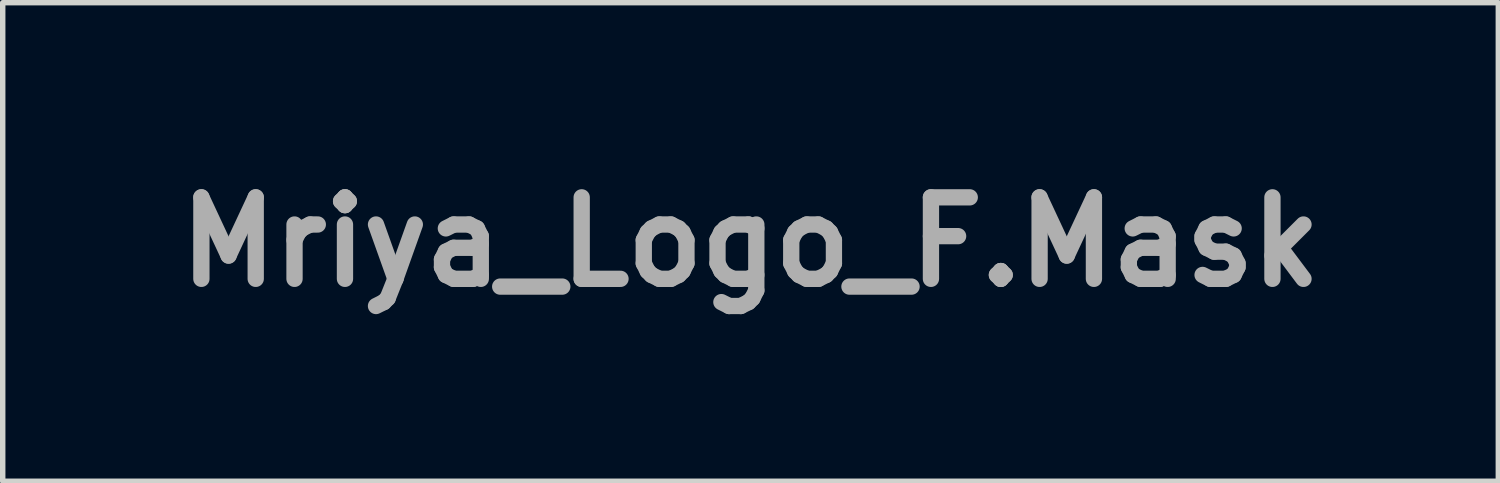
<source format=kicad_pcb>
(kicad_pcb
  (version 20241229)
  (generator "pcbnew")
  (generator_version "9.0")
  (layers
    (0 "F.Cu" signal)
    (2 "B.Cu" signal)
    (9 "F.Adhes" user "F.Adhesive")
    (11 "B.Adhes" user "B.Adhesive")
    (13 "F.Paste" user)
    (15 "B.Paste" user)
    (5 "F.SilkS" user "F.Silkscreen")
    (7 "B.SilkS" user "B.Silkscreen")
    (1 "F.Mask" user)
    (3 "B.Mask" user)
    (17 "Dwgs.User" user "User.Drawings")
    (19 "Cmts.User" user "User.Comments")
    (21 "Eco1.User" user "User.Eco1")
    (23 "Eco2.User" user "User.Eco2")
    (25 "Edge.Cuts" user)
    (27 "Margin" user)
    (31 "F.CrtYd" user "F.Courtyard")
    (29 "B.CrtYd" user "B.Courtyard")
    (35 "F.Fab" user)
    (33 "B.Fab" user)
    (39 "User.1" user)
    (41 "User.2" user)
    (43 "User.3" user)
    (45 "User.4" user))
  (footprint "Mriya_Logo_F.Mask"
    (layer "F.Cu")
    (at 10.764 1.404)
    (property "Reference" "Mriya_Logo_F.Mask" (at 0 0 0) (layer "F.Fab") (effects (font (size 1.5 1.5) (thickness 0.3))))
    (attr board_only exclude_from_pos_files exclude_from_bom)
    (fp_poly (pts (xy 0.599 0) (xy 0.599 0.895) (xy 0.37 0.895) (xy 0.14 0.895) (xy 0.14 0) (xy 0.14 -0.895) (xy 0.37 -0.895) (xy 0.599 -0.895)) (stroke (width 0) (type solid)) (fill yes) (layer "F.Mask"))
    (fp_poly (pts (xy 2.724 -0.846) (xy 2.715 -0.832) (xy 2.699 -0.806) (xy 2.676 -0.769) (xy 2.648 -0.721) (xy 2.613 -0.665) (xy 2.574 -0.6) (xy 2.531 -0.528) (xy 2.484 -0.451) (xy 2.434 -0.368) (xy 2.382 -0.282) (xy 2.339 -0.211) (xy 1.984 0.375) (xy 1.984 0.635) (xy 1.984 0.895) (xy 1.754 0.895) (xy 1.525 0.895) (xy 1.525 0.635) (xy 1.525 0.375) (xy 1.144 -0.256) (xy 1.089 -0.347) (xy 1.037 -0.434) (xy 0.987 -0.516) (xy 0.941 -0.592) (xy 0.899 -0.662) (xy 0.862 -0.724) (xy 0.83 -0.778) (xy 0.803 -0.822) (xy 0.783 -0.857) (xy 0.769 -0.88) (xy 0.763 -0.89) (xy 0.762 -0.891) (xy 0.77 -0.892) (xy 0.791 -0.893) (xy 0.824 -0.893) (xy 0.867 -0.893) (xy 0.918 -0.893) (xy 0.976 -0.893) (xy 1.008 -0.893) (xy 1.254 -0.891) (xy 1.503 -0.469) (xy 1.547 -0.395) (xy 1.588 -0.325) (xy 1.627 -0.261) (xy 1.661 -0.203) (xy 1.692 -0.153) (xy 1.717 -0.112) (xy 1.737 -0.08) (xy 1.751 -0.059) (xy 1.757 -0.05) (xy 1.758 -0.05) (xy 1.762 -0.057) (xy 1.774 -0.077) (xy 1.793 -0.107) (xy 1.817 -0.148) (xy 1.847 -0.197) (xy 1.881 -0.254) (xy 1.918 -0.318) (xy 1.959 -0.386) (xy 2.003 -0.46) (xy 2.011 -0.474) (xy 2.259 -0.895) (xy 2.507 -0.895) (xy 2.754 -0.895)) (stroke (width 0) (type solid)) (fill yes) (layer "F.Mask"))
    (fp_poly (pts (xy 3.53 -0.916) (xy 3.594 -0.908) (xy 3.651 -0.894) (xy 3.651 -0.894) (xy 3.708 -0.867) (xy 3.757 -0.828) (xy 3.798 -0.778) (xy 3.81 -0.757) (xy 3.815 -0.746) (xy 3.825 -0.722) (xy 3.841 -0.686) (xy 3.861 -0.638) (xy 3.886 -0.581) (xy 3.914 -0.515) (xy 3.945 -0.442) (xy 3.979 -0.362) (xy 4.015 -0.277) (xy 4.052 -0.188) (xy 4.091 -0.096) (xy 4.131 -0.002) (xy 4.171 0.093) (xy 4.211 0.188) (xy 4.25 0.281) (xy 4.288 0.372) (xy 4.325 0.458) (xy 4.359 0.54) (xy 4.391 0.616) (xy 4.42 0.685) (xy 4.445 0.746) (xy 4.466 0.797) (xy 4.483 0.838) (xy 4.495 0.867) (xy 4.501 0.882) (xy 4.502 0.885) (xy 4.499 0.888) (xy 4.492 0.89) (xy 4.479 0.892) (xy 4.458 0.893) (xy 4.427 0.893) (xy 4.386 0.894) (xy 4.332 0.893) (xy 4.265 0.893) (xy 4.263 0.893) (xy 4.019 0.891) (xy 3.938 0.687) (xy 3.857 0.482) (xy 3.481 0.482) (xy 3.105 0.482) (xy 3.024 0.687) (xy 2.944 0.891) (xy 2.705 0.893) (xy 2.632 0.893) (xy 2.574 0.893) (xy 2.529 0.893) (xy 2.497 0.891) (xy 2.477 0.89) (xy 2.467 0.887) (xy 2.466 0.886) (xy 2.469 0.878) (xy 2.478 0.856) (xy 2.491 0.823) (xy 2.509 0.778) (xy 2.532 0.723) (xy 2.558 0.66) (xy 2.587 0.589) (xy 2.619 0.511) (xy 2.654 0.428) (xy 2.69 0.341) (xy 2.728 0.25) (xy 2.767 0.157) (xy 2.779 0.128) (xy 3.221 0.128) (xy 3.228 0.129) (xy 3.249 0.13) (xy 3.283 0.131) (xy 3.326 0.131) (xy 3.378 0.132) (xy 3.436 0.132) (xy 3.482 0.132) (xy 3.552 0.132) (xy 3.609 0.132) (xy 3.653 0.132) (xy 3.686 0.131) (xy 3.709 0.13) (xy 3.725 0.129) (xy 3.734 0.127) (xy 3.738 0.124) (xy 3.739 0.121) (xy 3.738 0.116) (xy 3.733 0.103) (xy 3.723 0.078) (xy 3.709 0.043) (xy 3.692 -0.001) (xy 3.672 -0.051) (xy 3.65 -0.105) (xy 3.627 -0.162) (xy 3.603 -0.22) (xy 3.58 -0.276) (xy 3.558 -0.329) (xy 3.539 -0.377) (xy 3.522 -0.417) (xy 3.508 -0.449) (xy 3.499 -0.47) (xy 3.495 -0.478) (xy 3.486 -0.494) (xy 3.471 -0.478) (xy 3.466 -0.469) (xy 3.456 -0.447) (xy 3.442 -0.415) (xy 3.424 -0.373) (xy 3.404 -0.325) (xy 3.381 -0.272) (xy 3.358 -0.215) (xy 3.334 -0.158) (xy 3.31 -0.1) (xy 3.288 -0.046) (xy 3.268 0.005) (xy 3.25 0.049) (xy 3.236 0.085) (xy 3.226 0.112) (xy 3.221 0.126) (xy 3.221 0.128) (xy 2.779 0.128) (xy 2.806 0.063) (xy 2.845 -0.031) (xy 2.884 -0.124) (xy 2.922 -0.214) (xy 2.959 -0.302) (xy 2.993 -0.384) (xy 3.026 -0.461) (xy 3.055 -0.532) (xy 3.082 -0.594) (xy 3.104 -0.648) (xy 3.123 -0.692) (xy 3.137 -0.724) (xy 3.146 -0.745) (xy 3.149 -0.75) (xy 3.172 -0.788) (xy 3.204 -0.825) (xy 3.238 -0.858) (xy 3.272 -0.881) (xy 3.282 -0.886) (xy 3.333 -0.902) (xy 3.394 -0.913) (xy 3.461 -0.917)) (stroke (width 0) (type solid)) (fill yes) (layer "F.Mask"))
    (fp_poly (pts (xy -1.302 -0.894) (xy -1.217 -0.893) (xy -1.118 -0.893) (xy -1.046 -0.893) (xy -0.935 -0.892) (xy -0.838 -0.892) (xy -0.754 -0.891) (xy -0.683 -0.89) (xy -0.622 -0.89) (xy -0.571 -0.888) (xy -0.529 -0.887) (xy -0.494 -0.885) (xy -0.466 -0.882) (xy -0.442 -0.879) (xy -0.423 -0.875) (xy -0.406 -0.871) (xy -0.391 -0.865) (xy -0.376 -0.859) (xy -0.361 -0.852) (xy -0.347 -0.845) (xy -0.296 -0.814) (xy -0.253 -0.776) (xy -0.219 -0.731) (xy -0.186 -0.67) (xy -0.16 -0.596) (xy -0.141 -0.51) (xy -0.129 -0.414) (xy -0.125 -0.31) (xy -0.125 -0.307) (xy -0.129 -0.188) (xy -0.141 -0.082) (xy -0.162 0.011) (xy -0.192 0.091) (xy -0.229 0.159) (xy -0.267 0.205) (xy -0.312 0.245) (xy -0.363 0.274) (xy -0.42 0.295) (xy -0.487 0.307) (xy -0.565 0.311) (xy -0.574 0.311) (xy -0.609 0.312) (xy -0.637 0.313) (xy -0.655 0.315) (xy -0.661 0.317) (xy -0.656 0.323) (xy -0.641 0.34) (xy -0.616 0.365) (xy -0.584 0.398) (xy -0.545 0.438) (xy -0.5 0.484) (xy -0.45 0.534) (xy -0.396 0.588) (xy -0.375 0.609) (xy -0.09 0.895) (xy -0.374 0.895) (xy -0.659 0.895) (xy -0.861 0.663) (xy -0.908 0.609) (xy -0.954 0.556) (xy -0.998 0.506) (xy -1.038 0.461) (xy -1.073 0.422) (xy -1.1 0.391) (xy -1.12 0.37) (xy -1.12 0.369) (xy -1.147 0.338) (xy -1.173 0.306) (xy -1.193 0.278) (xy -1.202 0.264) (xy -1.214 0.24) (xy -1.221 0.22) (xy -1.224 0.196) (xy -1.225 0.164) (xy -1.225 0.156) (xy -1.223 0.107) (xy -1.215 0.071) (xy -1.201 0.043) (xy -1.177 0.022) (xy -1.148 0.004) (xy -1.133 -0.003) (xy -1.12 -0.009) (xy -1.105 -0.013) (xy -1.088 -0.016) (xy -1.064 -0.018) (xy -1.033 -0.02) (xy -0.991 -0.022) (xy -0.937 -0.023) (xy -0.927 -0.024) (xy -0.86 -0.026) (xy -0.806 -0.029) (xy -0.764 -0.032) (xy -0.731 -0.037) (xy -0.706 -0.044) (xy -0.686 -0.053) (xy -0.67 -0.064) (xy -0.656 -0.076) (xy -0.635 -0.104) (xy -0.619 -0.14) (xy -0.609 -0.186) (xy -0.604 -0.245) (xy -0.603 -0.28) (xy -0.605 -0.341) (xy -0.61 -0.389) (xy -0.619 -0.427) (xy -0.633 -0.457) (xy -0.652 -0.482) (xy -0.665 -0.495) (xy -0.677 -0.505) (xy -0.691 -0.513) (xy -0.708 -0.519) (xy -0.73 -0.524) (xy -0.758 -0.528) (xy -0.795 -0.53) (xy -0.84 -0.532) (xy -0.897 -0.533) (xy -0.967 -0.533) (xy -1.032 -0.533) (xy -1.106 -0.533) (xy -1.166 -0.533) (xy -1.213 -0.532) (xy -1.25 -0.532) (xy -1.277 -0.531) (xy -1.297 -0.529) (xy -1.311 -0.527) (xy -1.321 -0.525) (xy -1.329 -0.521) (xy -1.335 -0.517) (xy -1.336 -0.517) (xy -1.354 -0.497) (xy -1.367 -0.474) (xy -1.367 -0.474) (xy -1.369 -0.465) (xy -1.37 -0.447) (xy -1.371 -0.42) (xy -1.373 -0.383) (xy -1.374 -0.336) (xy -1.374 -0.277) (xy -1.375 -0.207) (xy -1.376 -0.124) (xy -1.376 -0.027) (xy -1.376 0.084) (xy -1.377 0.209) (xy -1.377 0.224) (xy -1.377 0.895) (xy -1.607 0.895) (xy -1.836 0.895) (xy -1.834 0.091) (xy -1.834 -0.042) (xy -1.834 -0.16) (xy -1.833 -0.265) (xy -1.833 -0.357) (xy -1.832 -0.438) (xy -1.832 -0.507) (xy -1.831 -0.566) (xy -1.829 -0.616) (xy -1.827 -0.657) (xy -1.825 -0.692) (xy -1.822 -0.72) (xy -1.819 -0.742) (xy -1.814 -0.76) (xy -1.809 -0.774) (xy -1.803 -0.785) (xy -1.797 -0.795) (xy -1.789 -0.803) (xy -1.78 -0.812) (xy -1.77 -0.821) (xy -1.765 -0.826) (xy -1.739 -0.849) (xy -1.712 -0.865) (xy -1.677 -0.878) (xy -1.675 -0.879) (xy -1.664 -0.882) (xy -1.654 -0.885) (xy -1.643 -0.887) (xy -1.629 -0.889) (xy -1.612 -0.89) (xy -1.59 -0.892) (xy -1.563 -0.893) (xy -1.529 -0.893) (xy -1.487 -0.894) (xy -1.436 -0.894) (xy -1.375 -0.894)) (stroke (width 0) (type solid)) (fill yes) (layer "F.Mask"))
    (fp_poly (pts (xy -4.087 -0.908) (xy -4.034 -0.902) (xy -4.015 -0.898) (xy -3.947 -0.875) (xy -3.885 -0.839) (xy -3.831 -0.793) (xy -3.787 -0.738) (xy -3.765 -0.699) (xy -3.759 -0.683) (xy -3.748 -0.655) (xy -3.732 -0.614) (xy -3.713 -0.562) (xy -3.69 -0.501) (xy -3.665 -0.432) (xy -3.637 -0.356) (xy -3.607 -0.275) (xy -3.575 -0.189) (xy -3.548 -0.115) (xy -3.516 -0.028) (xy -3.486 0.056) (xy -3.457 0.134) (xy -3.43 0.206) (xy -3.407 0.27) (xy -3.386 0.326) (xy -3.369 0.371) (xy -3.356 0.405) (xy -3.347 0.427) (xy -3.344 0.435) (xy -3.327 0.452) (xy -3.31 0.454) (xy -3.297 0.445) (xy -3.292 0.436) (xy -3.282 0.413) (xy -3.268 0.378) (xy -3.25 0.332) (xy -3.229 0.275) (xy -3.204 0.21) (xy -3.177 0.137) (xy -3.147 0.058) (xy -3.116 -0.027) (xy -3.083 -0.116) (xy -3.08 -0.124) (xy -3.047 -0.214) (xy -3.016 -0.301) (xy -2.985 -0.382) (xy -2.957 -0.458) (xy -2.932 -0.526) (xy -2.909 -0.586) (xy -2.89 -0.637) (xy -2.874 -0.676) (xy -2.863 -0.704) (xy -2.857 -0.718) (xy -2.857 -0.718) (xy -2.816 -0.779) (xy -2.767 -0.828) (xy -2.709 -0.865) (xy -2.641 -0.891) (xy -2.562 -0.905) (xy -2.524 -0.908) (xy -2.437 -0.907) (xy -2.358 -0.896) (xy -2.29 -0.875) (xy -2.261 -0.862) (xy -2.222 -0.837) (xy -2.193 -0.808) (xy -2.168 -0.771) (xy -2.156 -0.747) (xy -2.135 -0.704) (xy -2.135 0.097) (xy -2.135 0.899) (xy -2.361 0.901) (xy -2.418 0.901) (xy -2.471 0.901) (xy -2.517 0.9) (xy -2.553 0.899) (xy -2.579 0.898) (xy -2.591 0.896) (xy -2.592 0.896) (xy -2.593 0.887) (xy -2.594 0.864) (xy -2.594 0.828) (xy -2.594 0.78) (xy -2.594 0.721) (xy -2.594 0.652) (xy -2.594 0.575) (xy -2.593 0.49) (xy -2.592 0.4) (xy -2.591 0.304) (xy -2.59 0.263) (xy -2.589 0.146) (xy -2.587 0.044) (xy -2.586 -0.044) (xy -2.586 -0.12) (xy -2.585 -0.184) (xy -2.585 -0.238) (xy -2.586 -0.281) (xy -2.586 -0.316) (xy -2.588 -0.343) (xy -2.589 -0.364) (xy -2.592 -0.378) (xy -2.594 -0.388) (xy -2.598 -0.393) (xy -2.601 -0.396) (xy -2.606 -0.397) (xy -2.606 -0.397) (xy -2.615 -0.391) (xy -2.626 -0.378) (xy -2.631 -0.368) (xy -2.64 -0.344) (xy -2.654 -0.308) (xy -2.671 -0.261) (xy -2.692 -0.204) (xy -2.716 -0.138) (xy -2.743 -0.066) (xy -2.771 0.013) (xy -2.802 0.098) (xy -2.829 0.173) (xy -2.86 0.261) (xy -2.891 0.346) (xy -2.92 0.427) (xy -2.948 0.502) (xy -2.973 0.569) (xy -2.994 0.629) (xy -3.013 0.678) (xy -3.028 0.717) (xy -3.038 0.743) (xy -3.042 0.754) (xy -3.074 0.811) (xy -3.109 0.855) (xy -3.15 0.885) (xy -3.166 0.893) (xy -3.187 0.902) (xy -3.209 0.908) (xy -3.233 0.912) (xy -3.266 0.914) (xy -3.299 0.915) (xy -3.336 0.916) (xy -3.368 0.915) (xy -3.392 0.914) (xy -3.404 0.913) (xy -3.462 0.894) (xy -3.508 0.866) (xy -3.546 0.828) (xy -3.579 0.777) (xy -3.583 0.769) (xy -3.589 0.755) (xy -3.6 0.728) (xy -3.615 0.688) (xy -3.634 0.638) (xy -3.656 0.577) (xy -3.681 0.509) (xy -3.708 0.433) (xy -3.738 0.351) (xy -3.769 0.265) (xy -3.801 0.176) (xy -3.832 0.087) (xy -3.863 0.003) (xy -3.892 -0.077) (xy -3.918 -0.15) (xy -3.942 -0.215) (xy -3.964 -0.272) (xy -3.981 -0.319) (xy -3.995 -0.354) (xy -4.005 -0.378) (xy -4.01 -0.388) (xy -4.01 -0.388) (xy -4.021 -0.396) (xy -4.029 -0.392) (xy -4.034 -0.386) (xy -4.036 -0.381) (xy -4.038 -0.372) (xy -4.04 -0.359) (xy -4.041 -0.34) (xy -4.042 -0.314) (xy -4.043 -0.28) (xy -4.044 -0.238) (xy -4.044 -0.185) (xy -4.045 -0.122) (xy -4.045 -0.048) (xy -4.045 0.039) (xy -4.045 0.14) (xy -4.045 0.255) (xy -4.045 0.266) (xy -4.045 0.902) (xy -4.271 0.902) (xy -4.497 0.902) (xy -4.495 0.095) (xy -4.493 -0.712) (xy -4.475 -0.751) (xy -4.445 -0.799) (xy -4.404 -0.838) (xy -4.351 -0.869) (xy -4.285 -0.892) (xy -4.257 -0.899) (xy -4.205 -0.906) (xy -4.147 -0.909)) (stroke (width 0) (type solid)) (fill yes) (layer "F.Mask")))
  (gr_rect
    (start -3 -3)
    (end 24.529 5.808)
    (stroke (width 0.1) (type default))
    (fill no)
    (layer "Edge.Cuts")))
</source>
